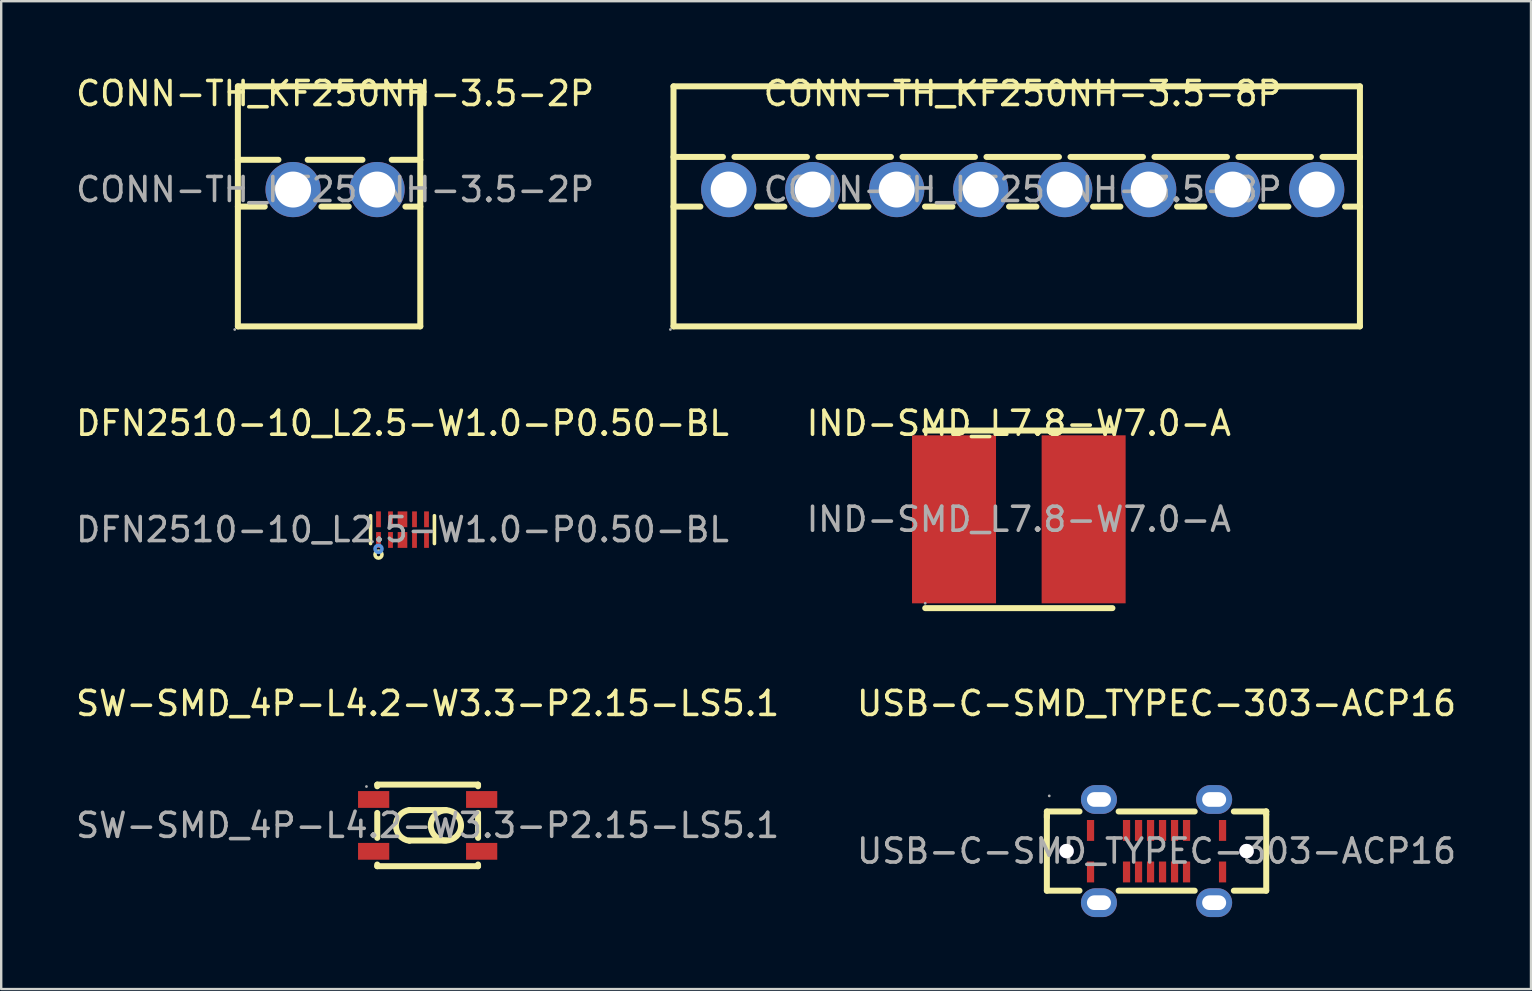
<source format=kicad_pcb>
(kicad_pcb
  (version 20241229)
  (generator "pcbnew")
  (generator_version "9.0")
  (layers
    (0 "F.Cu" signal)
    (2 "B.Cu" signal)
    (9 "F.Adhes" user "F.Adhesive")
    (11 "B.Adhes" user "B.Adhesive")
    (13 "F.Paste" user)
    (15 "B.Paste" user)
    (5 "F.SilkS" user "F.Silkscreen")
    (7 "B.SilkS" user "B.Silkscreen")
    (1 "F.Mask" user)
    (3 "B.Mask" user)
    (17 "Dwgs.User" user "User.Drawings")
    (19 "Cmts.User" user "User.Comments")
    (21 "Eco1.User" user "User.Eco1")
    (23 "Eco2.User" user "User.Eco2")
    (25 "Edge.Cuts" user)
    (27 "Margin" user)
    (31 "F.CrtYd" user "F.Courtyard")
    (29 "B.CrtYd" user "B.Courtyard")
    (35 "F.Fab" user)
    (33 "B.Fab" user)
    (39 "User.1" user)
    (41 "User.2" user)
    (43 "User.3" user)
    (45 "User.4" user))
  (footprint "DFN2510-10_L2.5-W1.0-P0.50-BL"
    (layer "F.Cu")
    (at 13.72 19.017)
    (property "Reference" "DFN2510-10_L2.5-W1.0-P0.50-BL" (at 0 -4.43 0) (layer "F.SilkS") (effects (font (size 1 1) (thickness 0.15))))
    (attr smd)
    (fp_line (start -1.33 0.58) (end -1.33 -0.58) (stroke (width 0.15) (type solid)) (layer "F.SilkS"))
    (fp_line (start 1.33 0.58) (end 1.33 -0.58) (stroke (width 0.15) (type solid)) (layer "F.SilkS"))
    (fp_circle (center -1 1.04) (end -0.93 1.04) (stroke (width 0.15) (type solid)) (fill no) (layer "F.SilkS"))
    (fp_circle (center -1 0.8) (end -0.93 0.8) (stroke (width 0.15) (type solid)) (fill no) (layer "Cmts.User"))
    (fp_circle (center -1.25 0.5) (end -1.22 0.5) (stroke (width 0.06) (type solid)) (fill no) (layer "F.Fab"))
    (fp_text user "${REFERENCE}" (at 0 0 0) (layer "F.Fab") (effects (font (size 1 1) (thickness 0.15))))
    (pad "1" smd rect (at -1 0.43) (size 0.2 0.66) (layers "F.Cu" "F.Mask" "F.Paste"))
    (pad "2" smd rect (at -0.5 0.43) (size 0.2 0.66) (layers "F.Cu" "F.Mask" "F.Paste"))
    (pad "3" smd rect (at 0 0.43) (size 0.4 0.66) (layers "F.Cu" "F.Mask" "F.Paste"))
    (pad "4" smd rect (at 0.5 0.43) (size 0.2 0.66) (layers "F.Cu" "F.Mask" "F.Paste"))
    (pad "5" smd rect (at 1 0.43) (size 0.2 0.66) (layers "F.Cu" "F.Mask" "F.Paste"))
    (pad "6" smd rect (at 1 -0.43) (size 0.2 0.66) (layers "F.Cu" "F.Mask" "F.Paste"))
    (pad "7" smd rect (at 0.5 -0.43) (size 0.2 0.66) (layers "F.Cu" "F.Mask" "F.Paste"))
    (pad "8" smd rect (at 0 -0.43) (size 0.4 0.66) (layers "F.Cu" "F.Mask" "F.Paste"))
    (pad "9" smd rect (at -0.5 -0.43) (size 0.2 0.66) (layers "F.Cu" "F.Mask" "F.Paste"))
    (pad "10" smd rect (at -1 -0.43) (size 0.2 0.66) (layers "F.Cu" "F.Mask" "F.Paste")))
  (footprint "CONN-TH_KF250NH-3.5-8P"
    (layer "F.Cu")
    (at 39.561 4.848)
    (property "Reference" "CONN-TH_KF250NH-3.5-8P" (at 0 -4 0) (layer "F.SilkS") (effects (font (size 1 1) (thickness 0.15))))
    (attr through_hole)
    (fp_line (start -14.55 -4.3) (end 14.05 -4.3) (stroke (width 0.25) (type solid)) (layer "F.SilkS"))
    (fp_line (start -14.55 -1.36) (end -12.49 -1.36) (stroke (width 0.25) (type solid)) (layer "F.SilkS"))
    (fp_line (start -14.55 0.71) (end -13.43 0.71) (stroke (width 0.25) (type solid)) (layer "F.SilkS"))
    (fp_line (start -14.55 5.7) (end -14.55 -4.3) (stroke (width 0.25) (type solid)) (layer "F.SilkS"))
    (fp_line (start -14.55 5.7) (end 14.05 5.7) (stroke (width 0.25) (type solid)) (layer "F.SilkS"))
    (fp_line (start -12.01 -1.36) (end -8.99 -1.36) (stroke (width 0.25) (type solid)) (layer "F.SilkS"))
    (fp_line (start -11.07 0.71) (end -9.93 0.71) (stroke (width 0.25) (type solid)) (layer "F.SilkS"))
    (fp_line (start -8.51 -1.36) (end -5.49 -1.36) (stroke (width 0.25) (type solid)) (layer "F.SilkS"))
    (fp_line (start -7.57 0.71) (end -6.43 0.71) (stroke (width 0.25) (type solid)) (layer "F.SilkS"))
    (fp_line (start -5.01 -1.36) (end -1.99 -1.36) (stroke (width 0.25) (type solid)) (layer "F.SilkS"))
    (fp_line (start -4.07 0.71) (end -2.93 0.71) (stroke (width 0.25) (type solid)) (layer "F.SilkS"))
    (fp_line (start -1.51 -1.36) (end 1.51 -1.36) (stroke (width 0.25) (type solid)) (layer "F.SilkS"))
    (fp_line (start -0.57 0.71) (end 0.57 0.71) (stroke (width 0.25) (type solid)) (layer "F.SilkS"))
    (fp_line (start 1.99 -1.36) (end 5.01 -1.36) (stroke (width 0.25) (type solid)) (layer "F.SilkS"))
    (fp_line (start 2.93 0.71) (end 4.07 0.71) (stroke (width 0.25) (type solid)) (layer "F.SilkS"))
    (fp_line (start 5.49 -1.36) (end 8.51 -1.36) (stroke (width 0.25) (type solid)) (layer "F.SilkS"))
    (fp_line (start 6.43 0.71) (end 7.57 0.71) (stroke (width 0.25) (type solid)) (layer "F.SilkS"))
    (fp_line (start 8.99 -1.36) (end 12.01 -1.36) (stroke (width 0.25) (type solid)) (layer "F.SilkS"))
    (fp_line (start 9.93 0.71) (end 11.07 0.71) (stroke (width 0.25) (type solid)) (layer "F.SilkS"))
    (fp_line (start 12.49 -1.36) (end 14.05 -1.36) (stroke (width 0.25) (type solid)) (layer "F.SilkS"))
    (fp_line (start 13.43 0.71) (end 14.05 0.71) (stroke (width 0.25) (type solid)) (layer "F.SilkS"))
    (fp_line (start 14.05 5.7) (end 14.05 -4.3) (stroke (width 0.25) (type solid)) (layer "F.SilkS"))
    (fp_circle (center -14.68 5.83) (end -14.65 5.83) (stroke (width 0.06) (type solid)) (fill no) (layer "F.Fab"))
    (fp_circle (center -12.25 0) (end -11.92 0) (stroke (width 0.65) (type solid)) (fill no) (layer "F.Fab"))
    (fp_circle (center -8.75 0) (end -8.42 0) (stroke (width 0.65) (type solid)) (fill no) (layer "F.Fab"))
    (fp_circle (center -5.25 0) (end -4.92 0) (stroke (width 0.65) (type solid)) (fill no) (layer "F.Fab"))
    (fp_circle (center -1.75 0) (end -1.42 0) (stroke (width 0.65) (type solid)) (fill no) (layer "F.Fab"))
    (fp_circle (center 1.75 0) (end 2.08 0) (stroke (width 0.65) (type solid)) (fill no) (layer "F.Fab"))
    (fp_circle (center 5.25 0) (end 5.58 0) (stroke (width 0.65) (type solid)) (fill no) (layer "F.Fab"))
    (fp_circle (center 8.75 0) (end 9.08 0) (stroke (width 0.65) (type solid)) (fill no) (layer "F.Fab"))
    (fp_circle (center 12.25 0) (end 12.58 0) (stroke (width 0.65) (type solid)) (fill no) (layer "F.Fab"))
    (fp_text user "${REFERENCE}" (at 0 0 0) (layer "F.Fab") (effects (font (size 1 1) (thickness 0.15))))
    (pad "1" thru_hole circle (at -12.25 0) (size 2.3 2.3) (drill 1.5) (layers "*.Cu" "*.Mask"))
    (pad "2" thru_hole circle (at -8.75 0) (size 2.3 2.3) (drill 1.5) (layers "*.Cu" "*.Mask"))
    (pad "3" thru_hole circle (at -5.25 0) (size 2.3 2.3) (drill 1.5) (layers "*.Cu" "*.Mask"))
    (pad "4" thru_hole circle (at -1.75 0) (size 2.3 2.3) (drill 1.5) (layers "*.Cu" "*.Mask"))
    (pad "5" thru_hole circle (at 1.75 0) (size 2.3 2.3) (drill 1.5) (layers "*.Cu" "*.Mask"))
    (pad "6" thru_hole circle (at 5.25 0) (size 2.3 2.3) (drill 1.5) (layers "*.Cu" "*.Mask"))
    (pad "7" thru_hole circle (at 8.75 0) (size 2.3 2.3) (drill 1.5) (layers "*.Cu" "*.Mask"))
    (pad "8" thru_hole circle (at 12.25 0) (size 2.3 2.3) (drill 1.5) (layers "*.Cu" "*.Mask")))
  (footprint "USB-C-SMD_TYPEC-303-ACP16"
    (layer "F.Cu")
    (at 45.137 32.41)
    (property "Reference" "USB-C-SMD_TYPEC-303-ACP16" (at 0 -6.15 0) (layer "F.SilkS") (effects (font (size 1 1) (thickness 0.15))))
    (attr smd)
    (fp_line (start -4.57 -1.65) (end -4.57 -1.4) (stroke (width 0.25) (type solid)) (layer "F.SilkS"))
    (fp_line (start -4.57 -1.52) (end -4.57 1.65) (stroke (width 0.25) (type solid)) (layer "F.SilkS"))
    (fp_line (start -4.57 1.65) (end -3.21 1.65) (stroke (width 0.25) (type solid)) (layer "F.SilkS"))
    (fp_line (start -3.21 -1.65) (end -4.57 -1.65) (stroke (width 0.25) (type solid)) (layer "F.SilkS"))
    (fp_line (start -1.58 1.65) (end 1.59 1.65) (stroke (width 0.25) (type solid)) (layer "F.SilkS"))
    (fp_line (start 1.59 -1.65) (end -1.58 -1.65) (stroke (width 0.25) (type solid)) (layer "F.SilkS"))
    (fp_line (start 3.22 1.65) (end 4.57 1.65) (stroke (width 0.25) (type solid)) (layer "F.SilkS"))
    (fp_line (start 4.57 -1.65) (end 3.22 -1.65) (stroke (width 0.25) (type solid)) (layer "F.SilkS"))
    (fp_line (start 4.57 -1.65) (end 4.57 -1.65) (stroke (width 0.25) (type solid)) (layer "F.SilkS"))
    (fp_line (start 4.57 -1.52) (end 4.57 -1.65) (stroke (width 0.25) (type solid)) (layer "F.SilkS"))
    (fp_line (start 4.57 1.65) (end 4.57 -1.52) (stroke (width 0.25) (type solid)) (layer "F.SilkS"))
    (fp_circle (center -3.75 0) (end -3.65 0) (stroke (width 0.2) (type solid)) (fill no) (layer "Cmts.User"))
    (fp_circle (center 3.75 0) (end 3.85 0) (stroke (width 0.2) (type solid)) (fill no) (layer "Cmts.User"))
    (fp_circle (center -4.47 -2.3) (end -4.44 -2.3) (stroke (width 0.06) (type solid)) (fill no) (layer "F.Fab"))
    (fp_text user "${REFERENCE}" (at 0 0 0) (layer "F.Fab") (effects (font (size 1 1) (thickness 0.15))))
    (pad "" thru_hole circle (at -3.75 0) (size 0.6 0.6) (drill 0.6) (layers "*.Cu" "*.Mask"))
    (pad "" thru_hole circle (at 3.75 0) (size 0.6 0.6) (drill 0.6) (layers "*.Cu" "*.Mask"))
    (pad "1" thru_hole oval (at -2.4 -2.15) (size 1.5 1.2) (drill oval 1 0.61) (layers "*.Cu" "*.Mask"))
    (pad "2" thru_hole oval (at -2.4 2.15) (size 1.5 1.2) (drill oval 1 0.61) (layers "*.Cu" "*.Mask"))
    (pad "3" thru_hole oval (at 2.4 -2.15) (size 1.5 1.2) (drill oval 1 0.61) (layers "*.Cu" "*.Mask"))
    (pad "4" thru_hole oval (at 2.4 2.15) (size 1.5 1.2) (drill oval 1 0.61) (layers "*.Cu" "*.Mask"))
    (pad "A1" smd rect (at -2.75 -0.86) (size 0.3 0.87) (layers "F.Cu" "F.Mask" "F.Paste"))
    (pad "A4" smd rect (at -1.25 -0.86) (size 0.3 0.87) (layers "F.Cu" "F.Mask" "F.Paste"))
    (pad "A5" smd rect (at -0.75 -0.86) (size 0.3 0.87) (layers "F.Cu" "F.Mask" "F.Paste"))
    (pad "A6" smd rect (at -0.25 -0.86) (size 0.3 0.87) (layers "F.Cu" "F.Mask" "F.Paste"))
    (pad "A7" smd rect (at 0.25 -0.86) (size 0.3 0.87) (layers "F.Cu" "F.Mask" "F.Paste"))
    (pad "A8" smd rect (at 0.75 -0.86) (size 0.3 0.87) (layers "F.Cu" "F.Mask" "F.Paste"))
    (pad "A9" smd rect (at 1.25 -0.86) (size 0.3 0.87) (layers "F.Cu" "F.Mask" "F.Paste"))
    (pad "A12" smd rect (at 2.75 -0.86) (size 0.3 0.87) (layers "F.Cu" "F.Mask" "F.Paste"))
    (pad "B1" smd rect (at 2.75 0.87) (size 0.3 0.87) (layers "F.Cu" "F.Mask" "F.Paste"))
    (pad "B4" smd rect (at 1.25 0.87) (size 0.3 0.87) (layers "F.Cu" "F.Mask" "F.Paste"))
    (pad "B5" smd rect (at 0.75 0.87) (size 0.3 0.87) (layers "F.Cu" "F.Mask" "F.Paste"))
    (pad "B6" smd rect (at 0.25 0.87) (size 0.3 0.87) (layers "F.Cu" "F.Mask" "F.Paste"))
    (pad "B7" smd rect (at -0.25 0.87) (size 0.3 0.87) (layers "F.Cu" "F.Mask" "F.Paste"))
    (pad "B8" smd rect (at -0.75 0.87) (size 0.3 0.87) (layers "F.Cu" "F.Mask" "F.Paste"))
    (pad "B9" smd rect (at -1.25 0.87) (size 0.3 0.87) (layers "F.Cu" "F.Mask" "F.Paste"))
    (pad "B12" smd rect (at -2.75 0.87) (size 0.3 0.87) (layers "F.Cu" "F.Mask" "F.Paste")))
  (footprint "IND-SMD_L7.8-W7.0-A"
    (layer "F.Cu")
    (at 39.399 18.587)
    (property "Reference" "IND-SMD_L7.8-W7.0-A" (at 0 -4 0) (layer "F.SilkS") (effects (font (size 1 1) (thickness 0.15))))
    (attr smd)
    (fp_line (start -3.9 -3.7) (end 3.9 -3.7) (stroke (width 0.25) (type solid)) (layer "F.SilkS"))
    (fp_line (start -3.9 3.7) (end 3.9 3.7) (stroke (width 0.25) (type solid)) (layer "F.SilkS"))
    (fp_circle (center -3.9 3.5) (end -3.87 3.5) (stroke (width 0.06) (type solid)) (fill no) (layer "F.Fab"))
    (fp_text user "${REFERENCE}" (at 0 0 0) (layer "F.Fab") (effects (font (size 1 1) (thickness 0.15))))
    (pad "1" smd rect (at -2.7 0) (size 3.5 7) (layers "F.Cu" "F.Mask" "F.Paste"))
    (pad "2" smd rect (at 2.7 0) (size 3.5 7) (layers "F.Cu" "F.Mask" "F.Paste")))
  (footprint "CONN-TH_KF250NH-3.5-2P"
    (layer "F.Cu")
    (at 10.911 4.848)
    (property "Reference" "CONN-TH_KF250NH-3.5-2P" (at 0 -4 0) (layer "F.SilkS") (effects (font (size 1 1) (thickness 0.15))))
    (attr through_hole)
    (fp_line (start -4.05 -4.3) (end 3.55 -4.3) (stroke (width 0.25) (type solid)) (layer "F.SilkS"))
    (fp_line (start -4.05 -1.24) (end -2.36 -1.24) (stroke (width 0.25) (type solid)) (layer "F.SilkS"))
    (fp_line (start -4.05 0.71) (end -2.93 0.71) (stroke (width 0.25) (type solid)) (layer "F.SilkS"))
    (fp_line (start -4.05 5.7) (end -4.05 -4.3) (stroke (width 0.25) (type solid)) (layer "F.SilkS"))
    (fp_line (start -4.05 5.7) (end 3.55 5.7) (stroke (width 0.25) (type solid)) (layer "F.SilkS"))
    (fp_line (start -1.14 -1.24) (end 1.14 -1.24) (stroke (width 0.25) (type solid)) (layer "F.SilkS"))
    (fp_line (start -0.57 0.71) (end 0.57 0.71) (stroke (width 0.25) (type solid)) (layer "F.SilkS"))
    (fp_line (start 2.36 -1.24) (end 3.55 -1.24) (stroke (width 0.25) (type solid)) (layer "F.SilkS"))
    (fp_line (start 2.93 0.71) (end 3.55 0.71) (stroke (width 0.25) (type solid)) (layer "F.SilkS"))
    (fp_line (start 3.55 5.7) (end 3.55 -4.3) (stroke (width 0.25) (type solid)) (layer "F.SilkS"))
    (fp_circle (center -4.18 5.83) (end -4.15 5.83) (stroke (width 0.06) (type solid)) (fill no) (layer "F.Fab"))
    (fp_circle (center -1.75 0) (end -1.42 0) (stroke (width 0.65) (type solid)) (fill no) (layer "F.Fab"))
    (fp_circle (center 1.75 0) (end 2.08 0) (stroke (width 0.65) (type solid)) (fill no) (layer "F.Fab"))
    (fp_text user "${REFERENCE}" (at 0 0 0) (layer "F.Fab") (effects (font (size 1 1) (thickness 0.15))))
    (pad "1" thru_hole circle (at -1.75 0) (size 2.3 2.3) (drill 1.5) (layers "*.Cu" "*.Mask"))
    (pad "2" thru_hole circle (at 1.75 0) (size 2.3 2.3) (drill 1.5) (layers "*.Cu" "*.Mask")))
  (footprint "SW-SMD_4P-L4.2-W3.3-P2.15-LS5.1"
    (layer "F.Cu")
    (at 14.768 31.34)
    (property "Reference" "SW-SMD_4P-L4.2-W3.3-P2.15-LS5.1" (at 0 -5.08 0) (layer "F.SilkS") (effects (font (size 1 1) (thickness 0.15))))
    (attr smd)
    (fp_line (start -2.1 -1.7) (end -2.1 -1.63) (stroke (width 0.25) (type solid)) (layer "F.SilkS"))
    (fp_line (start -2.1 -1.7) (end 2.1 -1.7) (stroke (width 0.25) (type solid)) (layer "F.SilkS"))
    (fp_line (start -2.1 -0.52) (end -2.1 0.52) (stroke (width 0.25) (type solid)) (layer "F.SilkS"))
    (fp_line (start -2.1 1.63) (end -2.1 1.7) (stroke (width 0.25) (type solid)) (layer "F.SilkS"))
    (fp_line (start -2.1 1.7) (end 2.1 1.7) (stroke (width 0.25) (type solid)) (layer "F.SilkS"))
    (fp_line (start -0.76 -0.64) (end 0.76 -0.64) (stroke (width 0.25) (type solid)) (layer "F.SilkS"))
    (fp_line (start -0.76 0.63) (end 0.76 0.63) (stroke (width 0.25) (type solid)) (layer "F.SilkS"))
    (fp_line (start 2.1 -1.7) (end 2.1 -1.63) (stroke (width 0.25) (type solid)) (layer "F.SilkS"))
    (fp_line (start 2.1 -0.52) (end 2.1 0.52) (stroke (width 0.25) (type solid)) (layer "F.SilkS"))
    (fp_line (start 2.1 1.63) (end 2.1 1.7) (stroke (width 0.25) (type solid)) (layer "F.SilkS"))
    (fp_arc (start -0.760893 0.639888) (mid -1.324981 -0.00045) (end -0.76 -0.64) (stroke (width 0.25) (type solid)) (layer "F.SilkS"))
    (fp_arc (start 0.749005 0.629904) (mid 0.765498 -0.629976) (end 0.76 0.63) (stroke (width 0.25) (type solid)) (layer "F.SilkS"))
    (fp_circle (center -2.55 -1.62) (end -2.52 -1.62) (stroke (width 0.06) (type solid)) (fill no) (layer "F.Fab"))
    (fp_text user "${REFERENCE}" (at 0 0 0) (layer "F.Fab") (effects (font (size 1 1) (thickness 0.15))))
    (pad "1" smd rect (at -2.25 -1.08 90) (size 0.7 1.3) (layers "F.Cu" "F.Mask" "F.Paste"))
    (pad "2" smd rect (at 2.25 -1.08 90) (size 0.7 1.3) (layers "F.Cu" "F.Mask" "F.Paste"))
    (pad "3" smd rect (at -2.25 1.08 90) (size 0.7 1.3) (layers "F.Cu" "F.Mask" "F.Paste"))
    (pad "4" smd rect (at 2.25 1.08 90) (size 0.7 1.3) (layers "F.Cu" "F.Mask" "F.Paste")))
  (gr_rect
    (start -3 -3)
    (end 60.738 38.16)
    (stroke (width 0.1) (type default))
    (fill no)
    (layer "Edge.Cuts")))
</source>
